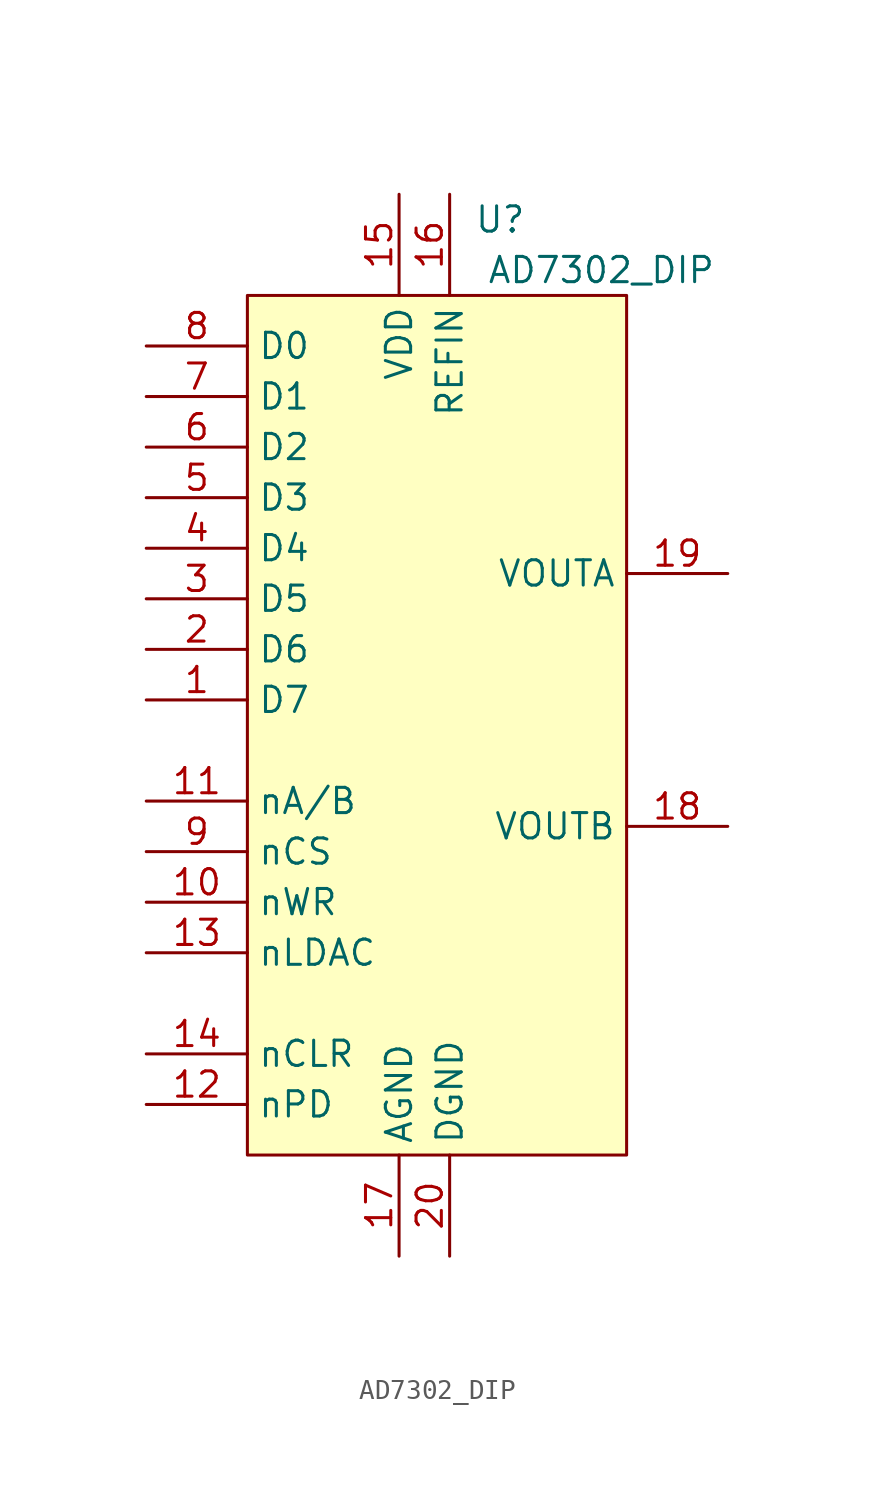
<source format=kicad_sym>
(kicad_symbol_lib
  (version 20211014)
  (generator kicad_symbol_editor)
  (symbol "AD7302_DIP"
    (property "Reference" "U"
      (at 17.78 6.35 0)
      (effects (font (size 1.27 1.27))))
    (property "Value" "AD7302_DIP"
      (at 22.86 3.81 0)
      (effects (font (size 1.27 1.27))))
    (symbol "AD7302_DIP_0_1"
      (rectangle (start 5.08 2.54) (end 24.13 -40.64) (stroke (width 0) (type default) (color 0 0 0 0)) (fill (type background))))
    (symbol "AD7302_DIP_1_1"
      (pin passive line (at 0 -17.78 0) (length 5.08) (name "D7" (effects (font (size 1.27 1.27)))) (number "1" (effects (font (size 1.27 1.27)))))
      (pin passive line (at 0 -27.94 0) (length 5.08) (name "nWR" (effects (font (size 1.27 1.27)))) (number "10" (effects (font (size 1.27 1.27)))))
      (pin passive line (at 0 -22.86 0) (length 5.08) (name "nA/B" (effects (font (size 1.27 1.27)))) (number "11" (effects (font (size 1.27 1.27)))))
      (pin passive line (at 0 -38.1 0) (length 5.08) (name "nPD" (effects (font (size 1.27 1.27)))) (number "12" (effects (font (size 1.27 1.27)))))
      (pin passive line (at 0 -30.48 0) (length 5.08) (name "nLDAC" (effects (font (size 1.27 1.27)))) (number "13" (effects (font (size 1.27 1.27)))))
      (pin passive line (at 0 -35.56 0) (length 5.08) (name "nCLR" (effects (font (size 1.27 1.27)))) (number "14" (effects (font (size 1.27 1.27)))))
      (pin passive line (at 12.7 7.62 270) (length 5.08) (name "VDD" (effects (font (size 1.27 1.27)))) (number "15" (effects (font (size 1.27 1.27)))))
      (pin passive line (at 15.24 7.62 270) (length 5.08) (name "REFIN" (effects (font (size 1.27 1.27)))) (number "16" (effects (font (size 1.27 1.27)))))
      (pin passive line (at 12.7 -45.72 90) (length 5.08) (name "AGND" (effects (font (size 1.27 1.27)))) (number "17" (effects (font (size 1.27 1.27)))))
      (pin passive line (at 29.21 -24.13 180) (length 5.08) (name "VOUTB" (effects (font (size 1.27 1.27)))) (number "18" (effects (font (size 1.27 1.27)))))
      (pin passive line (at 29.21 -11.43 180) (length 5.08) (name "VOUTA" (effects (font (size 1.27 1.27)))) (number "19" (effects (font (size 1.27 1.27)))))
      (pin passive line (at 0 -15.24 0) (length 5.08) (name "D6" (effects (font (size 1.27 1.27)))) (number "2" (effects (font (size 1.27 1.27)))))
      (pin passive line (at 15.24 -45.72 90) (length 5.08) (name "DGND" (effects (font (size 1.27 1.27)))) (number "20" (effects (font (size 1.27 1.27)))))
      (pin passive line (at 0 -12.7 0) (length 5.08) (name "D5" (effects (font (size 1.27 1.27)))) (number "3" (effects (font (size 1.27 1.27)))))
      (pin passive line (at 0 -10.16 0) (length 5.08) (name "D4" (effects (font (size 1.27 1.27)))) (number "4" (effects (font (size 1.27 1.27)))))
      (pin passive line (at 0 -7.62 0) (length 5.08) (name "D3" (effects (font (size 1.27 1.27)))) (number "5" (effects (font (size 1.27 1.27)))))
      (pin passive line (at 0 -5.08 0) (length 5.08) (name "D2" (effects (font (size 1.27 1.27)))) (number "6" (effects (font (size 1.27 1.27)))))
      (pin passive line (at 0 -2.54 0) (length 5.08) (name "D1" (effects (font (size 1.27 1.27)))) (number "7" (effects (font (size 1.27 1.27)))))
      (pin passive line (at 0 0 0) (length 5.08) (name "D0" (effects (font (size 1.27 1.27)))) (number "8" (effects (font (size 1.27 1.27)))))
      (pin passive line (at 0 -25.4 0) (length 5.08) (name "nCS" (effects (font (size 1.27 1.27)))) (number "9" (effects (font (size 1.27 1.27))))))))
</source>
